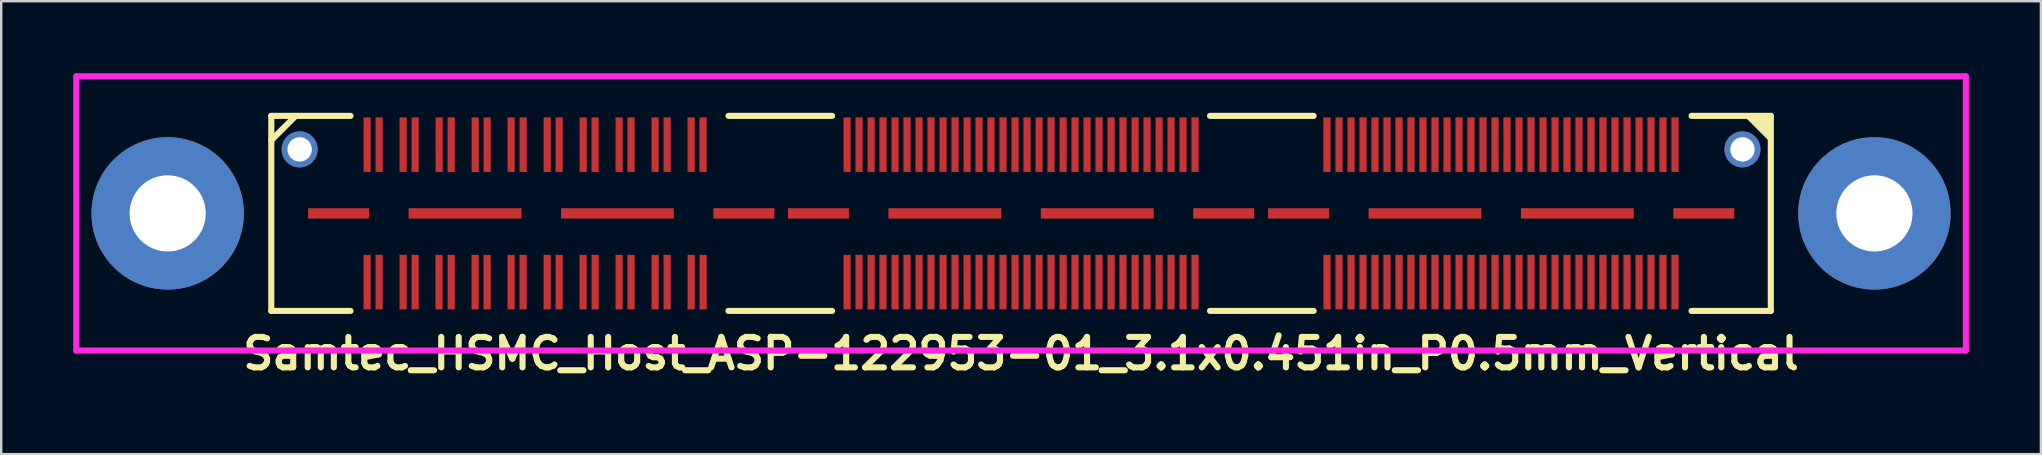
<source format=kicad_pcb>
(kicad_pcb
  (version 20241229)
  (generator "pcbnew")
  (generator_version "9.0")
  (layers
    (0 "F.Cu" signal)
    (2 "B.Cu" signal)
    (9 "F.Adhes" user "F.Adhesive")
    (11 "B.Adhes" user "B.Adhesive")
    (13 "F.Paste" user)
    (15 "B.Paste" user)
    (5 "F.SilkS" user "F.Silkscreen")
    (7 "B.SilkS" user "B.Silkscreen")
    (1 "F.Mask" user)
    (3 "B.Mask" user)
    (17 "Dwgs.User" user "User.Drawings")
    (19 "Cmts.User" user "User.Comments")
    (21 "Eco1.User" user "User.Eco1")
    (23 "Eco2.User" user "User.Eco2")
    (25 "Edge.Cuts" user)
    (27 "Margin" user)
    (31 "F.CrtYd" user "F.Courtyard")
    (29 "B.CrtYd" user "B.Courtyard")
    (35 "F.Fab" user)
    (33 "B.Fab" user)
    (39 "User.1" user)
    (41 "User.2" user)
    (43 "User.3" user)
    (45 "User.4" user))
  (footprint "Samtec_HSMC_Host_ASP-122953-01_3.1x0.451in_P0.5mm_Vertical"
    (layer "F.Cu")
    (at 39.497 5.842)
    (property "Reference" "Samtec_HSMC_Host_ASP-122953-01_3.1x0.451in_P0.5mm_Vertical" (at 0 5.842 0) (layer "F.SilkS") (effects (font (size 1.27 1.27) (thickness 0.254))))
    (attr smd)
    (fp_line (start -31.242 -4.064) (end -27.94 -4.064) (stroke (width 0.254) (type solid)) (layer "F.SilkS"))
    (fp_line (start -31.242 -3.048) (end -30.226 -4.064) (stroke (width 0.254) (type solid)) (layer "F.SilkS"))
    (fp_line (start -31.242 4.064) (end -31.242 -4.064) (stroke (width 0.254) (type solid)) (layer "F.SilkS"))
    (fp_line (start -31.242 4.064) (end -27.94 4.064) (stroke (width 0.254) (type solid)) (layer "F.SilkS"))
    (fp_line (start -12.192 -4.064) (end -7.874 -4.064) (stroke (width 0.254) (type solid)) (layer "F.SilkS"))
    (fp_line (start -12.192 4.064) (end -7.874 4.064) (stroke (width 0.254) (type solid)) (layer "F.SilkS"))
    (fp_line (start 7.874 -4.064) (end 12.192 -4.064) (stroke (width 0.254) (type solid)) (layer "F.SilkS"))
    (fp_line (start 7.874 4.064) (end 12.192 4.064) (stroke (width 0.254) (type solid)) (layer "F.SilkS"))
    (fp_line (start 27.94 -4.064) (end 31.242 -4.064) (stroke (width 0.254) (type solid)) (layer "F.SilkS"))
    (fp_line (start 27.94 4.064) (end 31.242 4.064) (stroke (width 0.254) (type solid)) (layer "F.SilkS"))
    (fp_line (start 31.242 4.064) (end 31.242 -4.064) (stroke (width 0.254) (type solid)) (layer "F.SilkS"))
    (fp_poly (pts (xy 30.226 -4.064) (xy 31.242 -3.048) (xy 31.242 -4.064)) (stroke (width 0.15) (type solid)) (fill yes) (layer "F.SilkS"))
    (fp_line (start -39.37 -5.715) (end -39.37 5.715) (stroke (width 0.254) (type solid)) (layer "F.CrtYd"))
    (fp_line (start -39.37 -5.715) (end 39.37 -5.715) (stroke (width 0.254) (type solid)) (layer "F.CrtYd"))
    (fp_line (start -39.37 5.715) (end 39.37 5.715) (stroke (width 0.254) (type solid)) (layer "F.CrtYd"))
    (fp_line (start 39.37 -5.715) (end 39.37 5.715) (stroke (width 0.254) (type solid)) (layer "F.CrtYd"))
    (pad "" np_thru_hole circle (at -35.56 0) (size 6.35 6.35) (drill 3.175) (layers "*.Cu" "*.Mask"))
    (pad "" np_thru_hole circle (at -30.061 -2.667) (size 1.501 1.501) (drill 1.016) (layers "*.Cu" "*.Mask"))
    (pad "" np_thru_hole circle (at 30.061 -2.667) (size 1.501 1.501) (drill 1.016) (layers "*.Cu" "*.Mask"))
    (pad "" np_thru_hole circle (at 35.56 0) (size 6.35 6.35) (drill 3.175) (layers "*.Cu" "*.Mask"))
    (pad "1" smd rect (at -27.249 2.864) (size 0.3 2.273) (layers "F.Cu" "F.Mask" "F.Paste"))
    (pad "2" smd rect (at -27.249 -2.864) (size 0.3 2.273) (layers "F.Cu" "F.Mask" "F.Paste"))
    (pad "3" smd rect (at -26.749 2.864) (size 0.3 2.273) (layers "F.Cu" "F.Mask" "F.Paste"))
    (pad "4" smd rect (at -26.749 -2.864) (size 0.3 2.273) (layers "F.Cu" "F.Mask" "F.Paste"))
    (pad "5" smd rect (at -25.748 2.864) (size 0.3 2.273) (layers "F.Cu" "F.Mask" "F.Paste"))
    (pad "6" smd rect (at -25.748 -2.864) (size 0.3 2.273) (layers "F.Cu" "F.Mask" "F.Paste"))
    (pad "7" smd rect (at -25.25 2.864) (size 0.3 2.273) (layers "F.Cu" "F.Mask" "F.Paste"))
    (pad "8" smd rect (at -25.25 -2.864) (size 0.3 2.273) (layers "F.Cu" "F.Mask" "F.Paste"))
    (pad "9" smd rect (at -24.252 2.864) (size 0.3 2.273) (layers "F.Cu" "F.Mask" "F.Paste"))
    (pad "10" smd rect (at -24.249 -2.864) (size 0.3 2.273) (layers "F.Cu" "F.Mask" "F.Paste"))
    (pad "11" smd rect (at -23.746 2.864) (size 0.3 2.273) (layers "F.Cu" "F.Mask" "F.Paste"))
    (pad "12" smd rect (at -23.746 -2.864) (size 0.3 2.273) (layers "F.Cu" "F.Mask" "F.Paste"))
    (pad "13" smd rect (at -22.748 2.864) (size 0.3 2.273) (layers "F.Cu" "F.Mask" "F.Paste"))
    (pad "14" smd rect (at -22.746 -2.864) (size 0.3 2.273) (layers "F.Cu" "F.Mask" "F.Paste"))
    (pad "15" smd rect (at -22.25 2.864) (size 0.3 2.273) (layers "F.Cu" "F.Mask" "F.Paste"))
    (pad "16" smd rect (at -22.248 -2.864) (size 0.3 2.273) (layers "F.Cu" "F.Mask" "F.Paste"))
    (pad "17" smd rect (at -21.25 2.864) (size 0.3 2.273) (layers "F.Cu" "F.Mask" "F.Paste"))
    (pad "18" smd rect (at -21.25 -2.864) (size 0.3 2.273) (layers "F.Cu" "F.Mask" "F.Paste"))
    (pad "19" smd rect (at -20.749 2.864) (size 0.3 2.273) (layers "F.Cu" "F.Mask" "F.Paste"))
    (pad "20" smd rect (at -20.747 -2.864) (size 0.3 2.273) (layers "F.Cu" "F.Mask" "F.Paste"))
    (pad "21" smd rect (at -19.746 2.864) (size 0.3 2.273) (layers "F.Cu" "F.Mask" "F.Paste"))
    (pad "22" smd rect (at -19.746 -2.864) (size 0.3 2.273) (layers "F.Cu" "F.Mask" "F.Paste"))
    (pad "23" smd rect (at -19.248 2.864) (size 0.3 2.273) (layers "F.Cu" "F.Mask" "F.Paste"))
    (pad "24" smd rect (at -19.248 -2.864) (size 0.3 2.273) (layers "F.Cu" "F.Mask" "F.Paste"))
    (pad "25" smd rect (at -18.25 2.864) (size 0.3 2.273) (layers "F.Cu" "F.Mask" "F.Paste"))
    (pad "26" smd rect (at -18.247 -2.864) (size 0.3 2.273) (layers "F.Cu" "F.Mask" "F.Paste"))
    (pad "27" smd rect (at -17.747 2.864) (size 0.3 2.273) (layers "F.Cu" "F.Mask" "F.Paste"))
    (pad "28" smd rect (at -17.75 -2.864) (size 0.3 2.273) (layers "F.Cu" "F.Mask" "F.Paste"))
    (pad "29" smd rect (at -16.749 2.864) (size 0.3 2.273) (layers "F.Cu" "F.Mask" "F.Paste"))
    (pad "30" smd rect (at -16.749 -2.864) (size 0.3 2.273) (layers "F.Cu" "F.Mask" "F.Paste"))
    (pad "31" smd rect (at -16.251 2.864) (size 0.3 2.273) (layers "F.Cu" "F.Mask" "F.Paste"))
    (pad "32" smd rect (at -16.251 -2.864) (size 0.3 2.273) (layers "F.Cu" "F.Mask" "F.Paste"))
    (pad "33" smd rect (at -15.248 2.864) (size 0.3 2.273) (layers "F.Cu" "F.Mask" "F.Paste"))
    (pad "34" smd rect (at -15.25 -2.864) (size 0.3 2.273) (layers "F.Cu" "F.Mask" "F.Paste"))
    (pad "35" smd rect (at -14.747 2.864) (size 0.3 2.273) (layers "F.Cu" "F.Mask" "F.Paste"))
    (pad "36" smd rect (at -14.747 -2.864) (size 0.3 2.273) (layers "F.Cu" "F.Mask" "F.Paste"))
    (pad "37" smd rect (at -13.746 2.864) (size 0.3 2.273) (layers "F.Cu" "F.Mask" "F.Paste"))
    (pad "38" smd rect (at -13.749 -2.864) (size 0.3 2.273) (layers "F.Cu" "F.Mask" "F.Paste"))
    (pad "39" smd rect (at -13.249 2.864) (size 0.3 2.273) (layers "F.Cu" "F.Mask" "F.Paste"))
    (pad "40" smd rect (at -13.251 -2.864) (size 0.3 2.273) (layers "F.Cu" "F.Mask" "F.Paste"))
    (pad "41" smd rect (at -7.249 2.864) (size 0.3 2.273) (layers "F.Cu" "F.Mask" "F.Paste"))
    (pad "42" smd rect (at -7.249 -2.864) (size 0.3 2.273) (layers "F.Cu" "F.Mask" "F.Paste"))
    (pad "43" smd rect (at -6.751 2.864) (size 0.3 2.273) (layers "F.Cu" "F.Mask" "F.Paste"))
    (pad "44" smd rect (at -6.751 -2.864) (size 0.3 2.273) (layers "F.Cu" "F.Mask" "F.Paste"))
    (pad "45" smd rect (at -6.248 2.864) (size 0.3 2.273) (layers "F.Cu" "F.Mask" "F.Paste"))
    (pad "46" smd rect (at -6.248 -2.864) (size 0.3 2.273) (layers "F.Cu" "F.Mask" "F.Paste"))
    (pad "47" smd rect (at -5.751 2.864) (size 0.3 2.273) (layers "F.Cu" "F.Mask" "F.Paste"))
    (pad "48" smd rect (at -5.751 -2.864) (size 0.3 2.273) (layers "F.Cu" "F.Mask" "F.Paste"))
    (pad "49" smd rect (at -5.25 2.864) (size 0.3 2.273) (layers "F.Cu" "F.Mask" "F.Paste"))
    (pad "50" smd rect (at -5.25 -2.864) (size 0.3 2.273) (layers "F.Cu" "F.Mask" "F.Paste"))
    (pad "51" smd rect (at -4.752 2.864) (size 0.3 2.273) (layers "F.Cu" "F.Mask" "F.Paste"))
    (pad "52" smd rect (at -4.752 -2.864) (size 0.3 2.273) (layers "F.Cu" "F.Mask" "F.Paste"))
    (pad "53" smd rect (at -4.249 2.864) (size 0.3 2.273) (layers "F.Cu" "F.Mask" "F.Paste"))
    (pad "54" smd rect (at -4.249 -2.864) (size 0.3 2.273) (layers "F.Cu" "F.Mask" "F.Paste"))
    (pad "55" smd rect (at -3.752 2.864) (size 0.3 2.273) (layers "F.Cu" "F.Mask" "F.Paste"))
    (pad "56" smd rect (at -3.752 -2.864) (size 0.3 2.273) (layers "F.Cu" "F.Mask" "F.Paste"))
    (pad "57" smd rect (at -3.249 2.864) (size 0.3 2.273) (layers "F.Cu" "F.Mask" "F.Paste"))
    (pad "58" smd rect (at -3.249 -2.864) (size 0.3 2.273) (layers "F.Cu" "F.Mask" "F.Paste"))
    (pad "59" smd rect (at -2.751 2.864) (size 0.3 2.273) (layers "F.Cu" "F.Mask" "F.Paste"))
    (pad "60" smd rect (at -2.751 -2.864) (size 0.3 2.273) (layers "F.Cu" "F.Mask" "F.Paste"))
    (pad "61" smd rect (at -2.248 2.864) (size 0.3 2.273) (layers "F.Cu" "F.Mask" "F.Paste"))
    (pad "62" smd rect (at -2.248 -2.864) (size 0.3 2.273) (layers "F.Cu" "F.Mask" "F.Paste"))
    (pad "63" smd rect (at -1.75 2.864) (size 0.3 2.273) (layers "F.Cu" "F.Mask" "F.Paste"))
    (pad "64" smd rect (at -1.75 -2.864) (size 0.3 2.273) (layers "F.Cu" "F.Mask" "F.Paste"))
    (pad "65" smd rect (at -1.25 2.864) (size 0.3 2.273) (layers "F.Cu" "F.Mask" "F.Paste"))
    (pad "66" smd rect (at -1.25 -2.864) (size 0.3 2.273) (layers "F.Cu" "F.Mask" "F.Paste"))
    (pad "67" smd rect (at -0.752 2.864) (size 0.3 2.273) (layers "F.Cu" "F.Mask" "F.Paste"))
    (pad "68" smd rect (at -0.752 -2.864) (size 0.3 2.273) (layers "F.Cu" "F.Mask" "F.Paste"))
    (pad "69" smd rect (at -0.249 2.864) (size 0.3 2.273) (layers "F.Cu" "F.Mask" "F.Paste"))
    (pad "70" smd rect (at -0.249 -2.864) (size 0.3 2.273) (layers "F.Cu" "F.Mask" "F.Paste"))
    (pad "71" smd rect (at 0.249 2.864) (size 0.3 2.273) (layers "F.Cu" "F.Mask" "F.Paste"))
    (pad "72" smd rect (at 0.249 -2.864) (size 0.3 2.273) (layers "F.Cu" "F.Mask" "F.Paste"))
    (pad "73" smd rect (at 0.752 2.864) (size 0.3 2.273) (layers "F.Cu" "F.Mask" "F.Paste"))
    (pad "74" smd rect (at 0.752 -2.864) (size 0.3 2.273) (layers "F.Cu" "F.Mask" "F.Paste"))
    (pad "75" smd rect (at 1.25 2.864) (size 0.3 2.273) (layers "F.Cu" "F.Mask" "F.Paste"))
    (pad "76" smd rect (at 1.25 -2.864) (size 0.3 2.273) (layers "F.Cu" "F.Mask" "F.Paste"))
    (pad "77" smd rect (at 1.753 2.864) (size 0.3 2.273) (layers "F.Cu" "F.Mask" "F.Paste"))
    (pad "78" smd rect (at 1.753 -2.864) (size 0.3 2.273) (layers "F.Cu" "F.Mask" "F.Paste"))
    (pad "79" smd rect (at 2.25 2.864) (size 0.3 2.273) (layers "F.Cu" "F.Mask" "F.Paste"))
    (pad "80" smd rect (at 2.25 -2.864) (size 0.3 2.273) (layers "F.Cu" "F.Mask" "F.Paste"))
    (pad "81" smd rect (at 2.751 2.864) (size 0.3 2.273) (layers "F.Cu" "F.Mask" "F.Paste"))
    (pad "82" smd rect (at 2.751 -2.864) (size 0.3 2.273) (layers "F.Cu" "F.Mask" "F.Paste"))
    (pad "83" smd rect (at 3.249 2.864) (size 0.3 2.273) (layers "F.Cu" "F.Mask" "F.Paste"))
    (pad "84" smd rect (at 3.249 -2.864) (size 0.3 2.273) (layers "F.Cu" "F.Mask" "F.Paste"))
    (pad "85" smd rect (at 3.752 2.864) (size 0.3 2.273) (layers "F.Cu" "F.Mask" "F.Paste"))
    (pad "86" smd rect (at 3.752 -2.864) (size 0.3 2.273) (layers "F.Cu" "F.Mask" "F.Paste"))
    (pad "87" smd rect (at 4.249 2.864) (size 0.3 2.273) (layers "F.Cu" "F.Mask" "F.Paste"))
    (pad "88" smd rect (at 4.249 -2.864) (size 0.3 2.273) (layers "F.Cu" "F.Mask" "F.Paste"))
    (pad "89" smd rect (at 4.752 2.864) (size 0.3 2.273) (layers "F.Cu" "F.Mask" "F.Paste"))
    (pad "90" smd rect (at 4.752 -2.864) (size 0.3 2.273) (layers "F.Cu" "F.Mask" "F.Paste"))
    (pad "91" smd rect (at 5.25 2.864) (size 0.3 2.273) (layers "F.Cu" "F.Mask" "F.Paste"))
    (pad "92" smd rect (at 5.25 -2.864) (size 0.3 2.273) (layers "F.Cu" "F.Mask" "F.Paste"))
    (pad "93" smd rect (at 5.753 2.864) (size 0.3 2.273) (layers "F.Cu" "F.Mask" "F.Paste"))
    (pad "94" smd rect (at 5.753 -2.864) (size 0.3 2.273) (layers "F.Cu" "F.Mask" "F.Paste"))
    (pad "95" smd rect (at 6.251 2.864) (size 0.3 2.273) (layers "F.Cu" "F.Mask" "F.Paste"))
    (pad "96" smd rect (at 6.251 -2.864) (size 0.3 2.273) (layers "F.Cu" "F.Mask" "F.Paste"))
    (pad "97" smd rect (at 6.751 2.864) (size 0.3 2.273) (layers "F.Cu" "F.Mask" "F.Paste"))
    (pad "98" smd rect (at 6.751 -2.864) (size 0.3 2.273) (layers "F.Cu" "F.Mask" "F.Paste"))
    (pad "99" smd rect (at 7.249 2.864) (size 0.3 2.273) (layers "F.Cu" "F.Mask" "F.Paste"))
    (pad "100" smd rect (at 7.249 -2.864) (size 0.3 2.273) (layers "F.Cu" "F.Mask" "F.Paste"))
    (pad "101" smd rect (at 12.751 2.864) (size 0.3 2.273) (layers "F.Cu" "F.Mask" "F.Paste"))
    (pad "102" smd rect (at 12.748 -2.864) (size 0.3 2.273) (layers "F.Cu" "F.Mask" "F.Paste"))
    (pad "103" smd rect (at 13.249 2.864) (size 0.3 2.273) (layers "F.Cu" "F.Mask" "F.Paste"))
    (pad "104" smd rect (at 13.249 -2.864) (size 0.3 2.273) (layers "F.Cu" "F.Mask" "F.Paste"))
    (pad "105" smd rect (at 13.752 2.864) (size 0.3 2.273) (layers "F.Cu" "F.Mask" "F.Paste"))
    (pad "106" smd rect (at 13.752 -2.864) (size 0.3 2.273) (layers "F.Cu" "F.Mask" "F.Paste"))
    (pad "107" smd rect (at 14.249 2.864) (size 0.3 2.273) (layers "F.Cu" "F.Mask" "F.Paste"))
    (pad "108" smd rect (at 14.249 -2.864) (size 0.3 2.273) (layers "F.Cu" "F.Mask" "F.Paste"))
    (pad "109" smd rect (at 14.75 2.864) (size 0.3 2.273) (layers "F.Cu" "F.Mask" "F.Paste"))
    (pad "110" smd rect (at 14.75 -2.864) (size 0.3 2.273) (layers "F.Cu" "F.Mask" "F.Paste"))
    (pad "111" smd rect (at 15.248 2.864) (size 0.3 2.273) (layers "F.Cu" "F.Mask" "F.Paste"))
    (pad "112" smd rect (at 15.248 -2.864) (size 0.3 2.273) (layers "F.Cu" "F.Mask" "F.Paste"))
    (pad "113" smd rect (at 15.751 2.864) (size 0.3 2.273) (layers "F.Cu" "F.Mask" "F.Paste"))
    (pad "114" smd rect (at 15.751 -2.864) (size 0.3 2.273) (layers "F.Cu" "F.Mask" "F.Paste"))
    (pad "115" smd rect (at 16.248 2.864) (size 0.3 2.273) (layers "F.Cu" "F.Mask" "F.Paste"))
    (pad "116" smd rect (at 16.248 -2.864) (size 0.3 2.273) (layers "F.Cu" "F.Mask" "F.Paste"))
    (pad "117" smd rect (at 16.751 2.864) (size 0.3 2.273) (layers "F.Cu" "F.Mask" "F.Paste"))
    (pad "118" smd rect (at 16.751 -2.864) (size 0.3 2.273) (layers "F.Cu" "F.Mask" "F.Paste"))
    (pad "119" smd rect (at 17.249 2.864) (size 0.3 2.273) (layers "F.Cu" "F.Mask" "F.Paste"))
    (pad "120" smd rect (at 17.249 -2.864) (size 0.3 2.273) (layers "F.Cu" "F.Mask" "F.Paste"))
    (pad "121" smd rect (at 17.752 2.864) (size 0.3 2.273) (layers "F.Cu" "F.Mask" "F.Paste"))
    (pad "122" smd rect (at 17.752 -2.864) (size 0.3 2.273) (layers "F.Cu" "F.Mask" "F.Paste"))
    (pad "123" smd rect (at 18.25 2.864) (size 0.3 2.273) (layers "F.Cu" "F.Mask" "F.Paste"))
    (pad "124" smd rect (at 18.25 -2.864) (size 0.3 2.273) (layers "F.Cu" "F.Mask" "F.Paste"))
    (pad "125" smd rect (at 18.75 2.864) (size 0.3 2.273) (layers "F.Cu" "F.Mask" "F.Paste"))
    (pad "126" smd rect (at 18.75 -2.864) (size 0.3 2.273) (layers "F.Cu" "F.Mask" "F.Paste"))
    (pad "127" smd rect (at 19.248 2.864) (size 0.3 2.273) (layers "F.Cu" "F.Mask" "F.Paste"))
    (pad "128" smd rect (at 19.248 -2.864) (size 0.3 2.273) (layers "F.Cu" "F.Mask" "F.Paste"))
    (pad "129" smd rect (at 19.751 2.864) (size 0.3 2.273) (layers "F.Cu" "F.Mask" "F.Paste"))
    (pad "130" smd rect (at 19.751 -2.864) (size 0.3 2.273) (layers "F.Cu" "F.Mask" "F.Paste"))
    (pad "131" smd rect (at 20.249 2.864) (size 0.3 2.273) (layers "F.Cu" "F.Mask" "F.Paste"))
    (pad "132" smd rect (at 20.249 -2.864) (size 0.3 2.273) (layers "F.Cu" "F.Mask" "F.Paste"))
    (pad "133" smd rect (at 20.752 2.864) (size 0.3 2.273) (layers "F.Cu" "F.Mask" "F.Paste"))
    (pad "134" smd rect (at 20.752 -2.864) (size 0.3 2.273) (layers "F.Cu" "F.Mask" "F.Paste"))
    (pad "135" smd rect (at 21.25 2.864) (size 0.3 2.273) (layers "F.Cu" "F.Mask" "F.Paste"))
    (pad "136" smd rect (at 21.25 -2.864) (size 0.3 2.273) (layers "F.Cu" "F.Mask" "F.Paste"))
    (pad "137" smd rect (at 21.753 2.864) (size 0.3 2.273) (layers "F.Cu" "F.Mask" "F.Paste"))
    (pad "138" smd rect (at 21.753 -2.864) (size 0.3 2.273) (layers "F.Cu" "F.Mask" "F.Paste"))
    (pad "139" smd rect (at 22.25 2.864) (size 0.3 2.273) (layers "F.Cu" "F.Mask" "F.Paste"))
    (pad "140" smd rect (at 22.25 -2.864) (size 0.3 2.273) (layers "F.Cu" "F.Mask" "F.Paste"))
    (pad "141" smd rect (at 22.751 2.864) (size 0.3 2.273) (layers "F.Cu" "F.Mask" "F.Paste"))
    (pad "142" smd rect (at 22.751 -2.864) (size 0.3 2.273) (layers "F.Cu" "F.Mask" "F.Paste"))
    (pad "143" smd rect (at 23.249 2.864) (size 0.3 2.273) (layers "F.Cu" "F.Mask" "F.Paste"))
    (pad "144" smd rect (at 23.249 -2.864) (size 0.3 2.273) (layers "F.Cu" "F.Mask" "F.Paste"))
    (pad "145" smd rect (at 23.752 2.864) (size 0.3 2.273) (layers "F.Cu" "F.Mask" "F.Paste"))
    (pad "146" smd rect (at 23.752 -2.864) (size 0.3 2.273) (layers "F.Cu" "F.Mask" "F.Paste"))
    (pad "147" smd rect (at 24.249 2.864) (size 0.3 2.273) (layers "F.Cu" "F.Mask" "F.Paste"))
    (pad "148" smd rect (at 24.249 -2.864) (size 0.3 2.273) (layers "F.Cu" "F.Mask" "F.Paste"))
    (pad "149" smd rect (at 24.752 2.864) (size 0.3 2.273) (layers "F.Cu" "F.Mask" "F.Paste"))
    (pad "150" smd rect (at 24.752 -2.864) (size 0.3 2.273) (layers "F.Cu" "F.Mask" "F.Paste"))
    (pad "151" smd rect (at 25.25 2.864) (size 0.3 2.273) (layers "F.Cu" "F.Mask" "F.Paste"))
    (pad "152" smd rect (at 25.25 -2.864) (size 0.3 2.273) (layers "F.Cu" "F.Mask" "F.Paste"))
    (pad "153" smd rect (at 25.753 2.864) (size 0.3 2.273) (layers "F.Cu" "F.Mask" "F.Paste"))
    (pad "154" smd rect (at 25.753 -2.864) (size 0.3 2.273) (layers "F.Cu" "F.Mask" "F.Paste"))
    (pad "155" smd rect (at 26.251 2.864) (size 0.3 2.273) (layers "F.Cu" "F.Mask" "F.Paste"))
    (pad "156" smd rect (at 26.251 -2.864) (size 0.3 2.273) (layers "F.Cu" "F.Mask" "F.Paste"))
    (pad "157" smd rect (at 26.751 2.864) (size 0.3 2.273) (layers "F.Cu" "F.Mask" "F.Paste"))
    (pad "158" smd rect (at 26.751 -2.864) (size 0.3 2.273) (layers "F.Cu" "F.Mask" "F.Paste"))
    (pad "159" smd rect (at 27.249 2.864) (size 0.3 2.273) (layers "F.Cu" "F.Mask" "F.Paste"))
    (pad "160" smd rect (at 27.249 -2.864) (size 0.3 2.273) (layers "F.Cu" "F.Mask" "F.Paste"))
    (pad "161" smd rect (at -28.44 0) (size 2.54 0.432) (layers "F.Cu" "F.Mask" "F.Paste"))
    (pad "162" smd rect (at -23.17 0) (size 4.699 0.432) (layers "F.Cu" "F.Mask" "F.Paste"))
    (pad "163" smd rect (at -16.82 0) (size 4.699 0.432) (layers "F.Cu" "F.Mask" "F.Paste"))
    (pad "164" smd rect (at -11.549 0) (size 2.54 0.432) (layers "F.Cu" "F.Mask" "F.Paste"))
    (pad "165" smd rect (at -8.443 0) (size 2.54 0.432) (layers "F.Cu" "F.Mask" "F.Paste"))
    (pad "166" smd rect (at -3.175 0) (size 4.699 0.432) (layers "F.Cu" "F.Mask" "F.Paste"))
    (pad "167" smd rect (at 3.175 0) (size 4.699 0.432) (layers "F.Cu" "F.Mask" "F.Paste"))
    (pad "168" smd rect (at 8.445 0) (size 2.54 0.432) (layers "F.Cu" "F.Mask" "F.Paste"))
    (pad "169" smd rect (at 11.562 0) (size 2.54 0.432) (layers "F.Cu" "F.Mask" "F.Paste"))
    (pad "170" smd rect (at 16.83 0) (size 4.699 0.432) (layers "F.Cu" "F.Mask" "F.Paste"))
    (pad "171" smd rect (at 23.18 0) (size 4.699 0.432) (layers "F.Cu" "F.Mask" "F.Paste"))
    (pad "172" smd rect (at 28.451 0) (size 2.54 0.432) (layers "F.Cu" "F.Mask" "F.Paste")))
  (gr_rect
    (start -3 -3)
    (end 81.994 15.873)
    (stroke (width 0.1) (type default))
    (fill no)
    (layer "Edge.Cuts")))
</source>
